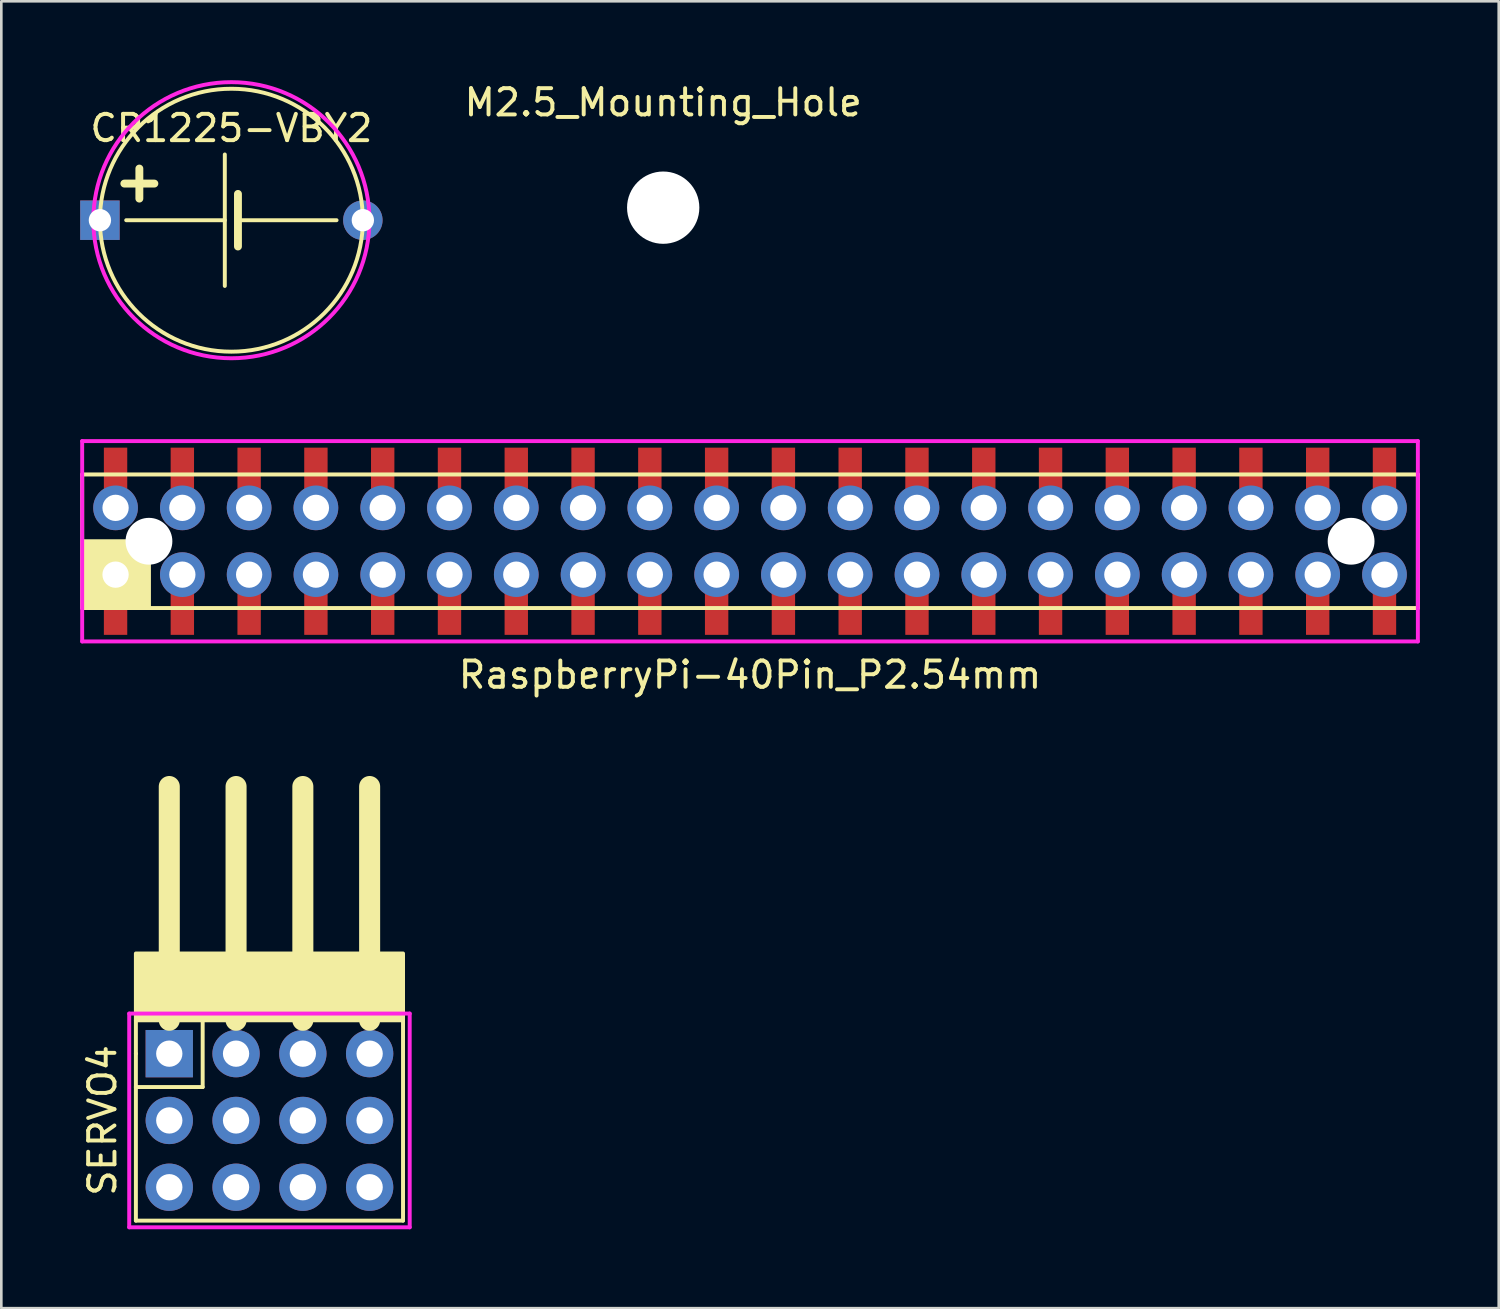
<source format=kicad_pcb>
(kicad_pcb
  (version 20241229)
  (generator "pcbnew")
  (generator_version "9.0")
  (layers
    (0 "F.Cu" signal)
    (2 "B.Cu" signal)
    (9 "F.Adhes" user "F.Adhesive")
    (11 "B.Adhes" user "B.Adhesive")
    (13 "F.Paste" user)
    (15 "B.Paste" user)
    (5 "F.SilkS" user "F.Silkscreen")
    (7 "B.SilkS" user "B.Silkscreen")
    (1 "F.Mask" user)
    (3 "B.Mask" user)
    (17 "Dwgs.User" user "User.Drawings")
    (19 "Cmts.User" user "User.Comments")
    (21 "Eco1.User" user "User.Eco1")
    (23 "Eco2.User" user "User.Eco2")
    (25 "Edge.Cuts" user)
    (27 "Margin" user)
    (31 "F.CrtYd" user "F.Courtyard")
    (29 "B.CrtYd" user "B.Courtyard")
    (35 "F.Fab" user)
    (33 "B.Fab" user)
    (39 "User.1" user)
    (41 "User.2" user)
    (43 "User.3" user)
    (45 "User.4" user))
  (footprint "SERVO4"
    (layer "F.Cu")
    (at 3.388 37.023)
    (property "Reference" "SERVO4" (at -2.54 2.54 90) (layer "F.SilkS") (effects (font (size 1 1) (thickness 0.15))))
    (attr through_hole)
    (fp_line (start -1.27 -1.27) (end -1.27 0) (stroke (width 0.15) (type solid)) (layer "F.SilkS"))
    (fp_line (start -1.27 0) (end -1.27 1.27) (stroke (width 0.15) (type solid)) (layer "F.SilkS"))
    (fp_line (start -1.27 1.27) (end 1.27 1.27) (stroke (width 0.15) (type solid)) (layer "F.SilkS"))
    (fp_line (start -1.27 6.35) (end -1.27 1.27) (stroke (width 0.15) (type solid)) (layer "F.SilkS"))
    (fp_line (start -1.27 6.35) (end 8.89 6.35) (stroke (width 0.15) (type solid)) (layer "F.SilkS"))
    (fp_line (start 0 -1.27) (end 0 -10.16) (stroke (width 0.8) (type solid)) (layer "F.SilkS"))
    (fp_line (start 1.27 1.27) (end 1.27 -1.27) (stroke (width 0.15) (type solid)) (layer "F.SilkS"))
    (fp_line (start 2.54 -1.27) (end 2.54 -10.16) (stroke (width 0.8) (type solid)) (layer "F.SilkS"))
    (fp_line (start 5.08 -1.27) (end 5.08 -10.16) (stroke (width 0.8) (type solid)) (layer "F.SilkS"))
    (fp_line (start 7.62 -1.27) (end 7.62 -10.16) (stroke (width 0.8) (type solid)) (layer "F.SilkS"))
    (fp_line (start 8.89 6.35) (end 8.89 -1.27) (stroke (width 0.15) (type solid)) (layer "F.SilkS"))
    (fp_poly (pts (xy 8.89 -1.27) (xy 8.89 -3.81) (xy -1.27 -3.81) (xy -1.27 -1.27)) (stroke (width 0.15) (type solid)) (fill yes) (layer "F.SilkS"))
    (fp_line (start -1.524 -1.524) (end 9.144 -1.524) (stroke (width 0.15) (type solid)) (layer "F.CrtYd"))
    (fp_line (start -1.524 6.604) (end -1.524 -1.524) (stroke (width 0.15) (type solid)) (layer "F.CrtYd"))
    (fp_line (start 9.144 -1.524) (end 9.144 6.604) (stroke (width 0.15) (type solid)) (layer "F.CrtYd"))
    (fp_line (start 9.144 6.604) (end -1.524 6.604) (stroke (width 0.15) (type solid)) (layer "F.CrtYd"))
    (pad "1" thru_hole rect (at 0 0) (size 1.8 1.8) (drill 1) (layers "*.Cu" "*.Mask"))
    (pad "2" thru_hole oval (at 0 2.54) (size 1.8 1.8) (drill 1) (layers "*.Cu" "*.Mask"))
    (pad "3" thru_hole oval (at 0 5.08) (size 1.8 1.8) (drill 1) (layers "*.Cu" "*.Mask"))
    (pad "4" thru_hole oval (at 2.54 0) (size 1.8 1.8) (drill 1) (layers "*.Cu" "*.Mask"))
    (pad "5" thru_hole oval (at 2.54 2.54) (size 1.8 1.8) (drill 1) (layers "*.Cu" "*.Mask"))
    (pad "6" thru_hole oval (at 2.54 5.08) (size 1.8 1.8) (drill 1) (layers "*.Cu" "*.Mask"))
    (pad "7" thru_hole oval (at 5.08 0) (size 1.8 1.8) (drill 1) (layers "*.Cu" "*.Mask"))
    (pad "8" thru_hole oval (at 5.08 2.54) (size 1.8 1.8) (drill 1) (layers "*.Cu" "*.Mask"))
    (pad "9" thru_hole oval (at 5.08 5.08) (size 1.8 1.8) (drill 1) (layers "*.Cu" "*.Mask"))
    (pad "10" thru_hole oval (at 7.62 0) (size 1.8 1.8) (drill 1) (layers "*.Cu" "*.Mask"))
    (pad "11" thru_hole oval (at 7.62 2.54) (size 1.8 1.8) (drill 1) (layers "*.Cu" "*.Mask"))
    (pad "12" thru_hole oval (at 7.62 5.08) (size 1.8 1.8) (drill 1) (layers "*.Cu" "*.Mask")))
  (footprint "RaspberryPi-40Pin_P2.54mm"
    (layer "F.Cu")
    (at 25.475 17.535)
    (property "Reference" "RaspberryPi-40Pin_P2.54mm" (at 0 5.08 0) (layer "F.SilkS") (effects (font (size 1 1) (thickness 0.15))))
    (attr through_hole)
    (fp_line (start -25.4 -2.54) (end 25.4 -2.54) (stroke (width 0.15) (type solid)) (layer "F.SilkS"))
    (fp_line (start -25.4 2.54) (end -25.4 -2.54) (stroke (width 0.15) (type solid)) (layer "F.SilkS"))
    (fp_line (start 25.4 -2.54) (end 25.4 2.54) (stroke (width 0.15) (type solid)) (layer "F.SilkS"))
    (fp_line (start 25.4 2.54) (end -25.4 2.54) (stroke (width 0.15) (type solid)) (layer "F.SilkS"))
    (fp_poly (pts (xy -25.4 0) (xy -22.86 0) (xy -22.86 2.54) (xy -25.4 2.54)) (stroke (width 0.15) (type solid)) (fill yes) (layer "F.SilkS"))
    (fp_line (start -25.4 -3.81) (end 25.4 -3.81) (stroke (width 0.15) (type solid)) (layer "F.CrtYd"))
    (fp_line (start -25.4 3.81) (end -25.4 -3.81) (stroke (width 0.15) (type solid)) (layer "F.CrtYd"))
    (fp_line (start 25.4 -3.81) (end 25.4 3.81) (stroke (width 0.15) (type solid)) (layer "F.CrtYd"))
    (fp_line (start 25.4 3.81) (end -25.4 3.81) (stroke (width 0.15) (type solid)) (layer "F.CrtYd"))
    (pad "" np_thru_hole circle (at -22.86 0) (size 1.78 1.78) (drill 1.78) (layers "*.Cu" "*.Mask"))
    (pad "" np_thru_hole circle (at 22.86 0) (size 1.78 1.78) (drill 1.78) (layers "*.Cu" "*.Mask"))
    (pad "1" thru_hole circle (at -24.13 1.27) (size 1.7 1.7) (drill 1) (layers "*.Cu" "*.Mask"))
    (pad "1" smd rect (at -24.13 2.72) (size 0.889 1.68) (layers "F.Cu" "F.Mask" "F.Paste"))
    (pad "2" smd rect (at -24.13 -2.72) (size 0.889 1.68) (layers "F.Cu" "F.Mask" "F.Paste"))
    (pad "2" thru_hole circle (at -24.13 -1.27) (size 1.7 1.7) (drill 1) (layers "*.Cu" "*.Mask"))
    (pad "3" thru_hole circle (at -21.59 1.27) (size 1.7 1.7) (drill 1) (layers "*.Cu" "*.Mask"))
    (pad "3" smd rect (at -21.59 2.72) (size 0.889 1.68) (layers "F.Cu" "F.Mask" "F.Paste"))
    (pad "4" smd rect (at -21.59 -2.72) (size 0.889 1.68) (layers "F.Cu" "F.Mask" "F.Paste"))
    (pad "4" thru_hole circle (at -21.59 -1.27) (size 1.7 1.7) (drill 1) (layers "*.Cu" "*.Mask"))
    (pad "5" thru_hole circle (at -19.05 1.27) (size 1.7 1.7) (drill 1) (layers "*.Cu" "*.Mask"))
    (pad "5" smd rect (at -19.05 2.72) (size 0.889 1.68) (layers "F.Cu" "F.Mask" "F.Paste"))
    (pad "6" smd rect (at -19.05 -2.72) (size 0.889 1.68) (layers "F.Cu" "F.Mask" "F.Paste"))
    (pad "6" thru_hole circle (at -19.05 -1.27) (size 1.7 1.7) (drill 1) (layers "*.Cu" "*.Mask"))
    (pad "7" thru_hole circle (at -16.51 1.27) (size 1.7 1.7) (drill 1) (layers "*.Cu" "*.Mask"))
    (pad "7" smd rect (at -16.51 2.72) (size 0.889 1.68) (layers "F.Cu" "F.Mask" "F.Paste"))
    (pad "8" smd rect (at -16.51 -2.72) (size 0.889 1.68) (layers "F.Cu" "F.Mask" "F.Paste"))
    (pad "8" thru_hole circle (at -16.51 -1.27) (size 1.7 1.7) (drill 1) (layers "*.Cu" "*.Mask"))
    (pad "9" thru_hole circle (at -13.97 1.27) (size 1.7 1.7) (drill 1) (layers "*.Cu" "*.Mask"))
    (pad "9" smd rect (at -13.97 2.72) (size 0.889 1.68) (layers "F.Cu" "F.Mask" "F.Paste"))
    (pad "10" smd rect (at -13.97 -2.72) (size 0.889 1.68) (layers "F.Cu" "F.Mask" "F.Paste"))
    (pad "10" thru_hole circle (at -13.97 -1.27) (size 1.7 1.7) (drill 1) (layers "*.Cu" "*.Mask"))
    (pad "11" thru_hole circle (at -11.43 1.27) (size 1.7 1.7) (drill 1) (layers "*.Cu" "*.Mask"))
    (pad "11" smd rect (at -11.43 2.72) (size 0.889 1.68) (layers "F.Cu" "F.Mask" "F.Paste"))
    (pad "12" smd rect (at -11.43 -2.72) (size 0.889 1.68) (layers "F.Cu" "F.Mask" "F.Paste"))
    (pad "12" thru_hole circle (at -11.43 -1.27) (size 1.7 1.7) (drill 1) (layers "*.Cu" "*.Mask"))
    (pad "13" thru_hole circle (at -8.89 1.27) (size 1.7 1.7) (drill 1) (layers "*.Cu" "*.Mask"))
    (pad "13" smd rect (at -8.89 2.72) (size 0.889 1.68) (layers "F.Cu" "F.Mask" "F.Paste"))
    (pad "14" smd rect (at -8.89 -2.72) (size 0.889 1.68) (layers "F.Cu" "F.Mask" "F.Paste"))
    (pad "14" thru_hole circle (at -8.89 -1.27) (size 1.7 1.7) (drill 1) (layers "*.Cu" "*.Mask"))
    (pad "15" thru_hole circle (at -6.35 1.27) (size 1.7 1.7) (drill 1) (layers "*.Cu" "*.Mask"))
    (pad "15" smd rect (at -6.35 2.72) (size 0.889 1.68) (layers "F.Cu" "F.Mask" "F.Paste"))
    (pad "16" smd rect (at -6.35 -2.72) (size 0.889 1.68) (layers "F.Cu" "F.Mask" "F.Paste"))
    (pad "16" thru_hole circle (at -6.35 -1.27) (size 1.7 1.7) (drill 1) (layers "*.Cu" "*.Mask"))
    (pad "17" thru_hole circle (at -3.81 1.27) (size 1.7 1.7) (drill 1) (layers "*.Cu" "*.Mask"))
    (pad "17" smd rect (at -3.81 2.72) (size 0.889 1.68) (layers "F.Cu" "F.Mask" "F.Paste"))
    (pad "18" smd rect (at -3.81 -2.72) (size 0.889 1.68) (layers "F.Cu" "F.Mask" "F.Paste"))
    (pad "18" thru_hole circle (at -3.81 -1.27) (size 1.7 1.7) (drill 1) (layers "*.Cu" "*.Mask"))
    (pad "19" thru_hole circle (at -1.27 1.27) (size 1.7 1.7) (drill 1) (layers "*.Cu" "*.Mask"))
    (pad "19" smd rect (at -1.27 2.72) (size 0.889 1.68) (layers "F.Cu" "F.Mask" "F.Paste"))
    (pad "20" smd rect (at -1.27 -2.72) (size 0.889 1.68) (layers "F.Cu" "F.Mask" "F.Paste"))
    (pad "20" thru_hole circle (at -1.27 -1.27) (size 1.7 1.7) (drill 1) (layers "*.Cu" "*.Mask"))
    (pad "21" thru_hole circle (at 1.27 1.27) (size 1.7 1.7) (drill 1) (layers "*.Cu" "*.Mask"))
    (pad "21" smd rect (at 1.27 2.72) (size 0.889 1.68) (layers "F.Cu" "F.Mask" "F.Paste"))
    (pad "22" smd rect (at 1.27 -2.72) (size 0.889 1.68) (layers "F.Cu" "F.Mask" "F.Paste"))
    (pad "22" thru_hole circle (at 1.27 -1.27) (size 1.7 1.7) (drill 1) (layers "*.Cu" "*.Mask"))
    (pad "23" thru_hole circle (at 3.81 1.27) (size 1.7 1.7) (drill 1) (layers "*.Cu" "*.Mask"))
    (pad "23" smd rect (at 3.81 2.72) (size 0.889 1.68) (layers "F.Cu" "F.Mask" "F.Paste"))
    (pad "24" smd rect (at 3.81 -2.72) (size 0.889 1.68) (layers "F.Cu" "F.Mask" "F.Paste"))
    (pad "24" thru_hole circle (at 3.81 -1.27) (size 1.7 1.7) (drill 1) (layers "*.Cu" "*.Mask"))
    (pad "25" thru_hole circle (at 6.35 1.27) (size 1.7 1.7) (drill 1) (layers "*.Cu" "*.Mask"))
    (pad "25" smd rect (at 6.35 2.72) (size 0.889 1.68) (layers "F.Cu" "F.Mask" "F.Paste"))
    (pad "26" smd rect (at 6.35 -2.72) (size 0.889 1.68) (layers "F.Cu" "F.Mask" "F.Paste"))
    (pad "26" thru_hole circle (at 6.35 -1.27) (size 1.7 1.7) (drill 1) (layers "*.Cu" "*.Mask"))
    (pad "27" thru_hole circle (at 8.89 1.27) (size 1.7 1.7) (drill 1) (layers "*.Cu" "*.Mask"))
    (pad "27" smd rect (at 8.89 2.72) (size 0.889 1.68) (layers "F.Cu" "F.Mask" "F.Paste"))
    (pad "28" smd rect (at 8.89 -2.72) (size 0.889 1.68) (layers "F.Cu" "F.Mask" "F.Paste"))
    (pad "28" thru_hole circle (at 8.89 -1.27) (size 1.7 1.7) (drill 1) (layers "*.Cu" "*.Mask"))
    (pad "29" thru_hole circle (at 11.43 1.27) (size 1.7 1.7) (drill 1) (layers "*.Cu" "*.Mask"))
    (pad "29" smd rect (at 11.43 2.72) (size 0.889 1.68) (layers "F.Cu" "F.Mask" "F.Paste"))
    (pad "30" smd rect (at 11.43 -2.72) (size 0.889 1.68) (layers "F.Cu" "F.Mask" "F.Paste"))
    (pad "30" thru_hole circle (at 11.43 -1.27) (size 1.7 1.7) (drill 1) (layers "*.Cu" "*.Mask"))
    (pad "31" thru_hole circle (at 13.97 1.27) (size 1.7 1.7) (drill 1) (layers "*.Cu" "*.Mask"))
    (pad "31" smd rect (at 13.97 2.72) (size 0.889 1.68) (layers "F.Cu" "F.Mask" "F.Paste"))
    (pad "32" smd rect (at 13.97 -2.72) (size 0.889 1.68) (layers "F.Cu" "F.Mask" "F.Paste"))
    (pad "32" thru_hole circle (at 13.97 -1.27) (size 1.7 1.7) (drill 1) (layers "*.Cu" "*.Mask"))
    (pad "33" thru_hole circle (at 16.51 1.27) (size 1.7 1.7) (drill 1) (layers "*.Cu" "*.Mask"))
    (pad "33" smd rect (at 16.51 2.72) (size 0.889 1.68) (layers "F.Cu" "F.Mask" "F.Paste"))
    (pad "34" smd rect (at 16.51 -2.72) (size 0.889 1.68) (layers "F.Cu" "F.Mask" "F.Paste"))
    (pad "34" thru_hole circle (at 16.51 -1.27) (size 1.7 1.7) (drill 1) (layers "*.Cu" "*.Mask"))
    (pad "35" thru_hole circle (at 19.05 1.27) (size 1.7 1.7) (drill 1) (layers "*.Cu" "*.Mask"))
    (pad "35" smd rect (at 19.05 2.72) (size 0.889 1.68) (layers "F.Cu" "F.Mask" "F.Paste"))
    (pad "36" smd rect (at 19.05 -2.72) (size 0.889 1.68) (layers "F.Cu" "F.Mask" "F.Paste"))
    (pad "36" thru_hole circle (at 19.05 -1.27) (size 1.7 1.7) (drill 1) (layers "*.Cu" "*.Mask"))
    (pad "37" thru_hole circle (at 21.59 1.27) (size 1.7 1.7) (drill 1) (layers "*.Cu" "*.Mask"))
    (pad "37" smd rect (at 21.59 2.72) (size 0.889 1.68) (layers "F.Cu" "F.Mask" "F.Paste"))
    (pad "38" smd rect (at 21.59 -2.72) (size 0.889 1.68) (layers "F.Cu" "F.Mask" "F.Paste"))
    (pad "38" thru_hole circle (at 21.59 -1.27) (size 1.7 1.7) (drill 1) (layers "*.Cu" "*.Mask"))
    (pad "39" thru_hole circle (at 24.13 1.27) (size 1.7 1.7) (drill 1) (layers "*.Cu" "*.Mask"))
    (pad "39" smd rect (at 24.13 2.72) (size 0.889 1.68) (layers "F.Cu" "F.Mask" "F.Paste"))
    (pad "40" smd rect (at 24.13 -2.72) (size 0.889 1.68) (layers "F.Cu" "F.Mask" "F.Paste"))
    (pad "40" thru_hole circle (at 24.13 -1.27) (size 1.7 1.7) (drill 1) (layers "*.Cu" "*.Mask")))
  (footprint "M2.5_Mounting_Hole"
    (layer "F.Cu")
    (at 22.173 4.848)
    (property "Reference" "M2.5_Mounting_Hole" (at 0 -4 0) (layer "F.SilkS") (effects (font (size 1 1) (thickness 0.15))))
    (attr through_hole)
    (pad "" np_thru_hole circle (at 0 0) (size 2.75 2.75) (drill 2.75) (layers "*.Cu" "*.Mask")))
  (footprint "CR1225-VBY2"
    (layer "F.Cu")
    (at 5.75 5.325)
    (property "Reference" "CR1225-VBY2" (at 0 -3.5 0) (layer "F.SilkS") (effects (font (size 1 1) (thickness 0.15))))
    (attr through_hole)
    (fp_line (start -4 0) (end -0.25 0) (stroke (width 0.15) (type solid)) (layer "F.SilkS"))
    (fp_line (start -0.25 -2.5) (end -0.25 2.5) (stroke (width 0.15) (type solid)) (layer "F.SilkS"))
    (fp_line (start 0.25 -1) (end 0.25 1) (stroke (width 0.3) (type solid)) (layer "F.SilkS"))
    (fp_line (start 0.25 0) (end 4 0) (stroke (width 0.15) (type solid)) (layer "F.SilkS"))
    (fp_circle (center 0 0) (end 5 0) (stroke (width 0.15) (type solid)) (fill no) (layer "F.SilkS"))
    (fp_circle (center 0 0) (end 5.25 0) (stroke (width 0.15) (type solid)) (fill no) (layer "F.CrtYd"))
    (fp_text user "+" (at -3.5 -1.5 0) (layer "F.SilkS") (effects (font (size 1.5 1.5) (thickness 0.3))))
    (pad "1" thru_hole rect (at -5 0) (size 1.5 1.5) (drill 0.85) (layers "*.Cu" "*.Mask"))
    (pad "2" thru_hole circle (at 5 0) (size 1.5 1.5) (drill 0.85) (layers "*.Cu" "*.Mask")))
  (gr_rect
    (start -3 -3)
    (end 53.95 46.702)
    (stroke (width 0.1) (type default))
    (fill no)
    (layer "Edge.Cuts")))
</source>
